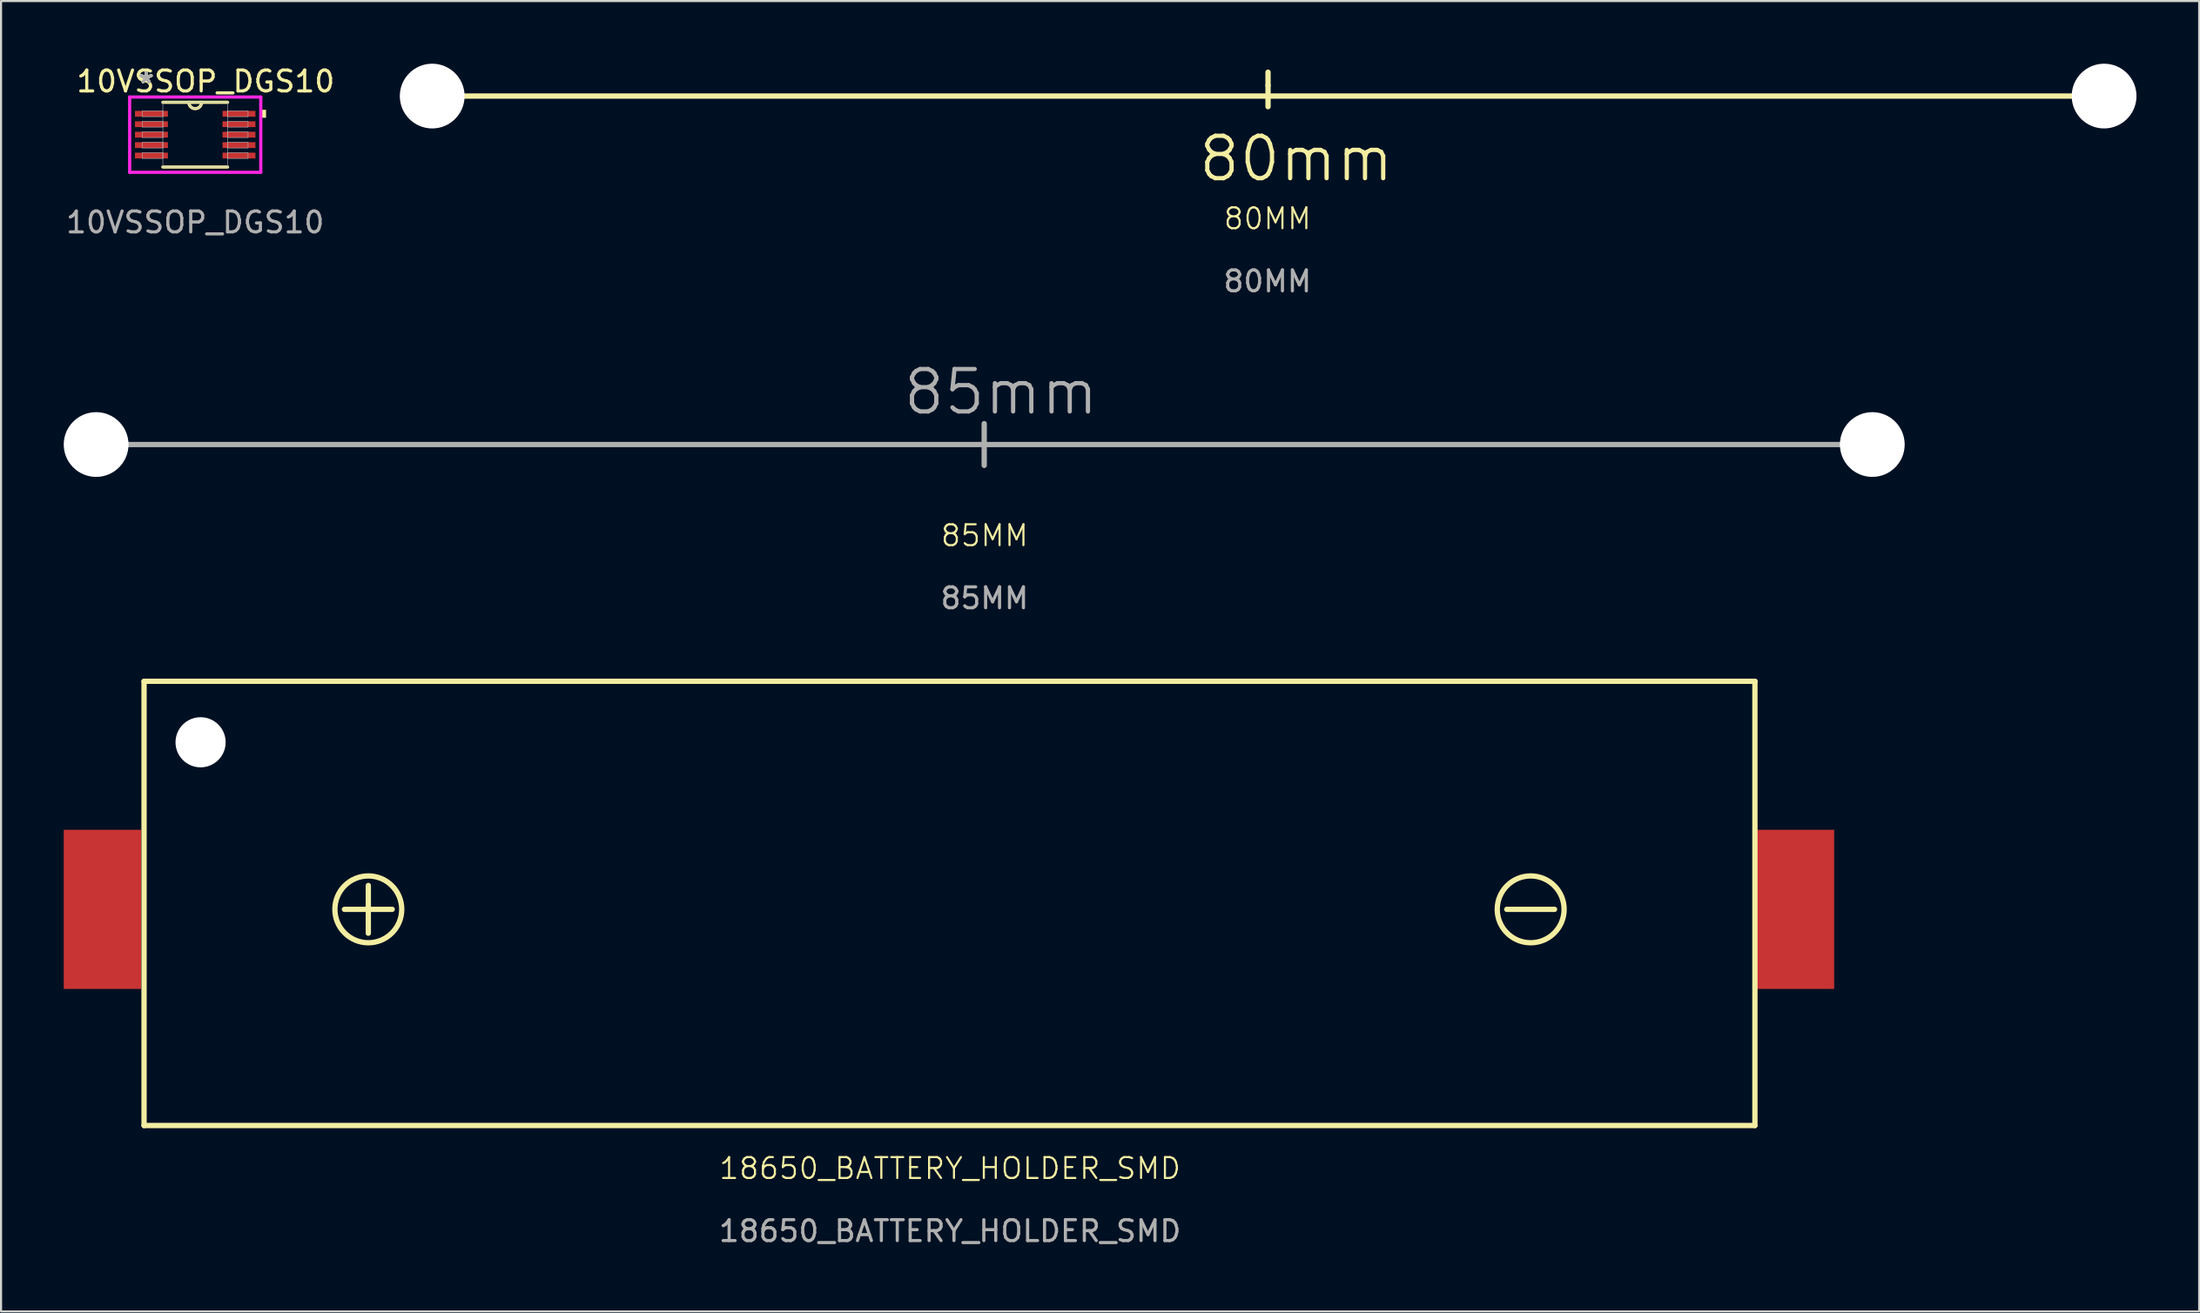
<source format=kicad_pcb>
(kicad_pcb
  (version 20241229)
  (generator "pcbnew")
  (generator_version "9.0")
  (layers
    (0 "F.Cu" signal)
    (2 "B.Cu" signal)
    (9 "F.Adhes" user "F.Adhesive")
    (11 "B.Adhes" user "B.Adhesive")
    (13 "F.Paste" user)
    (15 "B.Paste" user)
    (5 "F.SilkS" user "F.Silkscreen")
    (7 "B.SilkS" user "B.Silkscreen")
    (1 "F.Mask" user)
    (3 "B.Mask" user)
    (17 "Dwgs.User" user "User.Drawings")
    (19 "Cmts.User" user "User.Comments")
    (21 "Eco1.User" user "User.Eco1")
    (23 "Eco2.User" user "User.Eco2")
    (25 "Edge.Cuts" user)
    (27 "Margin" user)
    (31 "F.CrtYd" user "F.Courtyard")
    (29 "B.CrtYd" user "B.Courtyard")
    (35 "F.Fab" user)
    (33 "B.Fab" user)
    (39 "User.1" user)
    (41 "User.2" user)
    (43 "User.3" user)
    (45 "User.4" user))
  (footprint "10VSSOP_DGS10"
    (layer "F.Cu")
    (at 6.292 3.398)
    (property "Reference" "10VSSOP_DGS10" (at 0.5 -2.55 0) (unlocked yes) (layer "F.SilkS") (effects (font (size 1 1) (thickness 0.15))))
    (attr smd)
    (fp_line (start -1.549 1.549) (end 1.549 1.549) (stroke (width 0.152) (type solid)) (layer "F.SilkS"))
    (fp_line (start 1.549 -1.549) (end -1.549 -1.549) (stroke (width 0.152) (type solid)) (layer "F.SilkS"))
    (fp_arc (start 0.3048 -1.5494) (mid 0 -1.2446) (end -0.3048 -1.5494) (stroke (width 0.1524) (type solid)) (layer "F.SilkS"))
    (fp_poly (pts (xy 3.391 -1.191) (xy 3.391 -0.81) (xy 3.137 -0.81) (xy 3.137 -1.191)) (stroke (width 0) (type solid)) (fill yes) (layer "F.SilkS"))
    (fp_line (start -3.137 -1.803) (end 3.137 -1.803) (stroke (width 0.152) (type solid)) (layer "F.CrtYd"))
    (fp_line (start -3.137 1.803) (end -3.137 -1.803) (stroke (width 0.152) (type solid)) (layer "F.CrtYd"))
    (fp_line (start 3.137 -1.803) (end 3.137 1.803) (stroke (width 0.152) (type solid)) (layer "F.CrtYd"))
    (fp_line (start 3.137 1.803) (end -3.137 1.803) (stroke (width 0.152) (type solid)) (layer "F.CrtYd"))
    (fp_line (start -2.527 -1.14) (end -2.527 -0.86) (stroke (width 0.025) (type solid)) (layer "F.Fab"))
    (fp_line (start -2.527 -0.86) (end -1.549 -0.86) (stroke (width 0.025) (type solid)) (layer "F.Fab"))
    (fp_line (start -2.527 -0.64) (end -2.527 -0.36) (stroke (width 0.025) (type solid)) (layer "F.Fab"))
    (fp_line (start -2.527 -0.36) (end -1.549 -0.36) (stroke (width 0.025) (type solid)) (layer "F.Fab"))
    (fp_line (start -2.527 -0.14) (end -2.527 0.14) (stroke (width 0.025) (type solid)) (layer "F.Fab"))
    (fp_line (start -2.527 0.14) (end -1.549 0.14) (stroke (width 0.025) (type solid)) (layer "F.Fab"))
    (fp_line (start -2.527 0.36) (end -2.527 0.64) (stroke (width 0.025) (type solid)) (layer "F.Fab"))
    (fp_line (start -2.527 0.64) (end -1.549 0.64) (stroke (width 0.025) (type solid)) (layer "F.Fab"))
    (fp_line (start -2.527 0.86) (end -2.527 1.14) (stroke (width 0.025) (type solid)) (layer "F.Fab"))
    (fp_line (start -2.527 1.14) (end -1.549 1.14) (stroke (width 0.025) (type solid)) (layer "F.Fab"))
    (fp_line (start -1.549 -1.549) (end -1.549 1.549) (stroke (width 0.025) (type solid)) (layer "F.Fab"))
    (fp_line (start -1.549 -1.14) (end -2.527 -1.14) (stroke (width 0.025) (type solid)) (layer "F.Fab"))
    (fp_line (start -1.549 -0.86) (end -1.549 -1.14) (stroke (width 0.025) (type solid)) (layer "F.Fab"))
    (fp_line (start -1.549 -0.64) (end -2.527 -0.64) (stroke (width 0.025) (type solid)) (layer "F.Fab"))
    (fp_line (start -1.549 -0.36) (end -1.549 -0.64) (stroke (width 0.025) (type solid)) (layer "F.Fab"))
    (fp_line (start -1.549 -0.14) (end -2.527 -0.14) (stroke (width 0.025) (type solid)) (layer "F.Fab"))
    (fp_line (start -1.549 0.14) (end -1.549 -0.14) (stroke (width 0.025) (type solid)) (layer "F.Fab"))
    (fp_line (start -1.549 0.36) (end -2.527 0.36) (stroke (width 0.025) (type solid)) (layer "F.Fab"))
    (fp_line (start -1.549 0.64) (end -1.549 0.36) (stroke (width 0.025) (type solid)) (layer "F.Fab"))
    (fp_line (start -1.549 0.86) (end -2.527 0.86) (stroke (width 0.025) (type solid)) (layer "F.Fab"))
    (fp_line (start -1.549 1.14) (end -1.549 0.86) (stroke (width 0.025) (type solid)) (layer "F.Fab"))
    (fp_line (start -1.549 1.549) (end 1.549 1.549) (stroke (width 0.025) (type solid)) (layer "F.Fab"))
    (fp_line (start 1.549 -1.549) (end -1.549 -1.549) (stroke (width 0.025) (type solid)) (layer "F.Fab"))
    (fp_line (start 1.549 -1.14) (end 1.549 -0.86) (stroke (width 0.025) (type solid)) (layer "F.Fab"))
    (fp_line (start 1.549 -0.86) (end 2.527 -0.86) (stroke (width 0.025) (type solid)) (layer "F.Fab"))
    (fp_line (start 1.549 -0.64) (end 1.549 -0.36) (stroke (width 0.025) (type solid)) (layer "F.Fab"))
    (fp_line (start 1.549 -0.36) (end 2.527 -0.36) (stroke (width 0.025) (type solid)) (layer "F.Fab"))
    (fp_line (start 1.549 -0.14) (end 1.549 0.14) (stroke (width 0.025) (type solid)) (layer "F.Fab"))
    (fp_line (start 1.549 0.14) (end 2.527 0.14) (stroke (width 0.025) (type solid)) (layer "F.Fab"))
    (fp_line (start 1.549 0.36) (end 1.549 0.64) (stroke (width 0.025) (type solid)) (layer "F.Fab"))
    (fp_line (start 1.549 0.64) (end 2.527 0.64) (stroke (width 0.025) (type solid)) (layer "F.Fab"))
    (fp_line (start 1.549 0.86) (end 1.549 1.14) (stroke (width 0.025) (type solid)) (layer "F.Fab"))
    (fp_line (start 1.549 1.14) (end 2.527 1.14) (stroke (width 0.025) (type solid)) (layer "F.Fab"))
    (fp_line (start 1.549 1.549) (end 1.549 -1.549) (stroke (width 0.025) (type solid)) (layer "F.Fab"))
    (fp_line (start 2.527 -1.14) (end 1.549 -1.14) (stroke (width 0.025) (type solid)) (layer "F.Fab"))
    (fp_line (start 2.527 -0.86) (end 2.527 -1.14) (stroke (width 0.025) (type solid)) (layer "F.Fab"))
    (fp_line (start 2.527 -0.64) (end 1.549 -0.64) (stroke (width 0.025) (type solid)) (layer "F.Fab"))
    (fp_line (start 2.527 -0.36) (end 2.527 -0.64) (stroke (width 0.025) (type solid)) (layer "F.Fab"))
    (fp_line (start 2.527 -0.14) (end 1.549 -0.14) (stroke (width 0.025) (type solid)) (layer "F.Fab"))
    (fp_line (start 2.527 0.14) (end 2.527 -0.14) (stroke (width 0.025) (type solid)) (layer "F.Fab"))
    (fp_line (start 2.527 0.36) (end 1.549 0.36) (stroke (width 0.025) (type solid)) (layer "F.Fab"))
    (fp_line (start 2.527 0.64) (end 2.527 0.36) (stroke (width 0.025) (type solid)) (layer "F.Fab"))
    (fp_line (start 2.527 0.86) (end 1.549 0.86) (stroke (width 0.025) (type solid)) (layer "F.Fab"))
    (fp_line (start 2.527 1.14) (end 2.527 0.86) (stroke (width 0.025) (type solid)) (layer "F.Fab"))
    (fp_arc (start 0.3048 -1.5494) (mid 0 -1.2446) (end -0.3048 -1.5494) (stroke (width 0.0254) (type solid)) (layer "F.Fab"))
    (fp_text user "*" (at -2.349 -2.422 0) (layer "F.SilkS") (effects (font (size 1 1) (thickness 0.15))))
    (fp_text user "*" (at -2.349 -2.422 0) (unlocked yes) (layer "F.SilkS") (effects (font (size 1 1) (thickness 0.15))))
    (fp_text user "*" (at -2.349 -2.422 0) (layer "F.Fab") (effects (font (size 1 1) (thickness 0.15))))
    (fp_text user "*" (at -2.349 -2.422 0) (unlocked yes) (layer "F.Fab") (effects (font (size 1 1) (thickness 0.15))))
    (fp_text user "${REFERENCE}" (at 0 4.2 0) (unlocked yes) (layer "F.Fab") (effects (font (size 1 1) (thickness 0.15))))
    (pad "1" smd rect (at -2.095 -1) (size 1.575 0.279) (layers "F.Cu" "F.Mask" "F.Paste"))
    (pad "2" smd rect (at -2.095 -0.5) (size 1.575 0.279) (layers "F.Cu" "F.Mask" "F.Paste"))
    (pad "3" smd rect (at -2.095 0) (size 1.575 0.279) (layers "F.Cu" "F.Mask" "F.Paste"))
    (pad "4" smd rect (at -2.095 0.5) (size 1.575 0.279) (layers "F.Cu" "F.Mask" "F.Paste"))
    (pad "5" smd rect (at -2.095 1) (size 1.575 0.279) (layers "F.Cu" "F.Mask" "F.Paste"))
    (pad "6" smd rect (at 2.095 1) (size 1.575 0.279) (layers "F.Cu" "F.Mask" "F.Paste"))
    (pad "7" smd rect (at 2.095 0.5) (size 1.575 0.279) (layers "F.Cu" "F.Mask" "F.Paste"))
    (pad "8" smd rect (at 2.095 0) (size 1.575 0.279) (layers "F.Cu" "F.Mask" "F.Paste"))
    (pad "9" smd rect (at 2.095 -0.5) (size 1.575 0.279) (layers "F.Cu" "F.Mask" "F.Paste"))
    (pad "10" smd rect (at 2.095 -1) (size 1.575 0.279) (layers "F.Cu" "F.Mask" "F.Paste")))
  (footprint "18650_BATTERY_HOLDER_SMD"
    (layer "F.Cu")
    (at 42.383 40.197)
    (property "Reference" "18650_BATTERY_HOLDER_SMD" (at 0.03 12.7 0) (unlocked yes) (layer "F.SilkS") (effects (font (size 1 1) (thickness 0.1))))
    (attr smd)
    (fp_line (start -38.539 -10.626) (end 38.55 -10.626) (stroke (width 0.254) (type solid)) (layer "F.SilkS"))
    (fp_line (start -38.539 10.646) (end -38.539 -10.626) (stroke (width 0.254) (type solid)) (layer "F.SilkS"))
    (fp_line (start -38.539 10.646) (end 38.55 10.646) (stroke (width 0.254) (type solid)) (layer "F.SilkS"))
    (fp_line (start -28.95 0.295) (end -26.664 0.295) (stroke (width 0.254) (type solid)) (layer "F.SilkS"))
    (fp_line (start -27.807 1.438) (end -27.807 -0.848) (stroke (width 0.254) (type solid)) (layer "F.SilkS"))
    (fp_line (start 26.676 0.295) (end 28.962 0.295) (stroke (width 0.254) (type solid)) (layer "F.SilkS"))
    (fp_line (start 38.55 10.646) (end 38.55 -10.626) (stroke (width 0.254) (type solid)) (layer "F.SilkS"))
    (fp_circle (center -27.807 0.295) (end -27.807 -1.305) (stroke (width 0.254) (type solid)) (fill no) (layer "F.SilkS"))
    (fp_circle (center 27.819 0.295) (end 27.819 -1.305) (stroke (width 0.254) (type solid)) (fill no) (layer "F.SilkS"))
    (fp_circle (center -35.834 -7.705) (end -35.834 -8.098) (stroke (width 0.786) (type solid)) (fill no) (layer "Eco1.User"))
    (fp_text user "${REFERENCE}" (at 0.03 15.7 0) (unlocked yes) (layer "F.Fab") (effects (font (size 1 1) (thickness 0.15))))
    (pad "" np_thru_hole circle (at -35.834 -7.705) (size 2.4 2.4) (drill 2.4) (layers "*.Cu" "*.Mask"))
    (pad "2" smd rect (at -40.533 0.296 90) (size 7.62 3.7) (layers "F.Cu" "F.Mask" "F.Paste"))
    (pad "2" smd rect (at 40.493 0.296 90) (size 7.62 3.7) (layers "F.Cu" "F.Mask" "F.Paste")))
  (footprint "80MM"
    (layer "F.Cu")
    (at 57.638 2.87)
    (property "Reference" "80MM" (at -0.03 4.55 0) (unlocked yes) (layer "F.SilkS") (effects (font (size 1 1) (thickness 0.1))))
    (attr through_hole)
    (fp_line (start -40.005 -1.32) (end 39.995 -1.32) (stroke (width 0.254) (type solid)) (layer "F.SilkS"))
    (fp_line (start -0.005 -1.828) (end -0.005 -2.463) (stroke (width 0.254) (type solid)) (layer "F.SilkS"))
    (fp_line (start -0.005 -0.812) (end -0.005 -1.828) (stroke (width 0.254) (type solid)) (layer "F.SilkS"))
    (fp_text user "80mm" (at -3.433 2.871 0) (unlocked yes) (layer "F.SilkS") (effects (font (size 2.032 2.032) (thickness 0.203)) (justify left bottom)))
    (fp_text user "${REFERENCE}" (at -0.03 7.55 0) (unlocked yes) (layer "F.Fab") (effects (font (size 1 1) (thickness 0.15))))
    (pad "" np_thru_hole circle (at -40.005 -1.32) (size 3.1 3.1) (drill 3.1) (layers "*.Cu" "*.Mask"))
    (pad "" np_thru_hole circle (at 40.005 -1.32) (size 3.1 3.1) (drill 3.1) (layers "*.Cu" "*.Mask")))
  (footprint "85MM"
    (layer "F.Cu")
    (at 44.05 18.235)
    (property "Reference" "85MM" (at 0.02 4.36 0) (unlocked yes) (layer "F.SilkS") (effects (font (size 1 1) (thickness 0.1))))
    (attr through_hole)
    (fp_line (start -42.5 0) (end 42.5 0) (stroke (width 0.254) (type solid)) (layer "F.Fab"))
    (fp_line (start 0 1) (end 0 -1) (stroke (width 0.254) (type solid)) (layer "F.Fab"))
    (fp_text user "${REFERENCE}" (at 0.02 7.36 0) (unlocked yes) (layer "F.Fab") (effects (font (size 1 1) (thickness 0.15))))
    (fp_text user "85mm" (at -3.975 -1.325 0) (unlocked yes) (layer "F.Fab") (effects (font (size 2.032 2.032) (thickness 0.203)) (justify left bottom)))
    (pad "" np_thru_hole circle (at -42.5 0) (size 3.1 3.1) (drill 3.1) (layers "*.Cu" "*.Mask"))
    (pad "" np_thru_hole circle (at 42.5 0) (size 3.1 3.1) (drill 3.1) (layers "*.Cu" "*.Mask")))
  (gr_rect
    (start -3 -3)
    (end 102.193 59.745)
    (stroke (width 0.1) (type default))
    (fill no)
    (layer "Edge.Cuts")))
</source>
